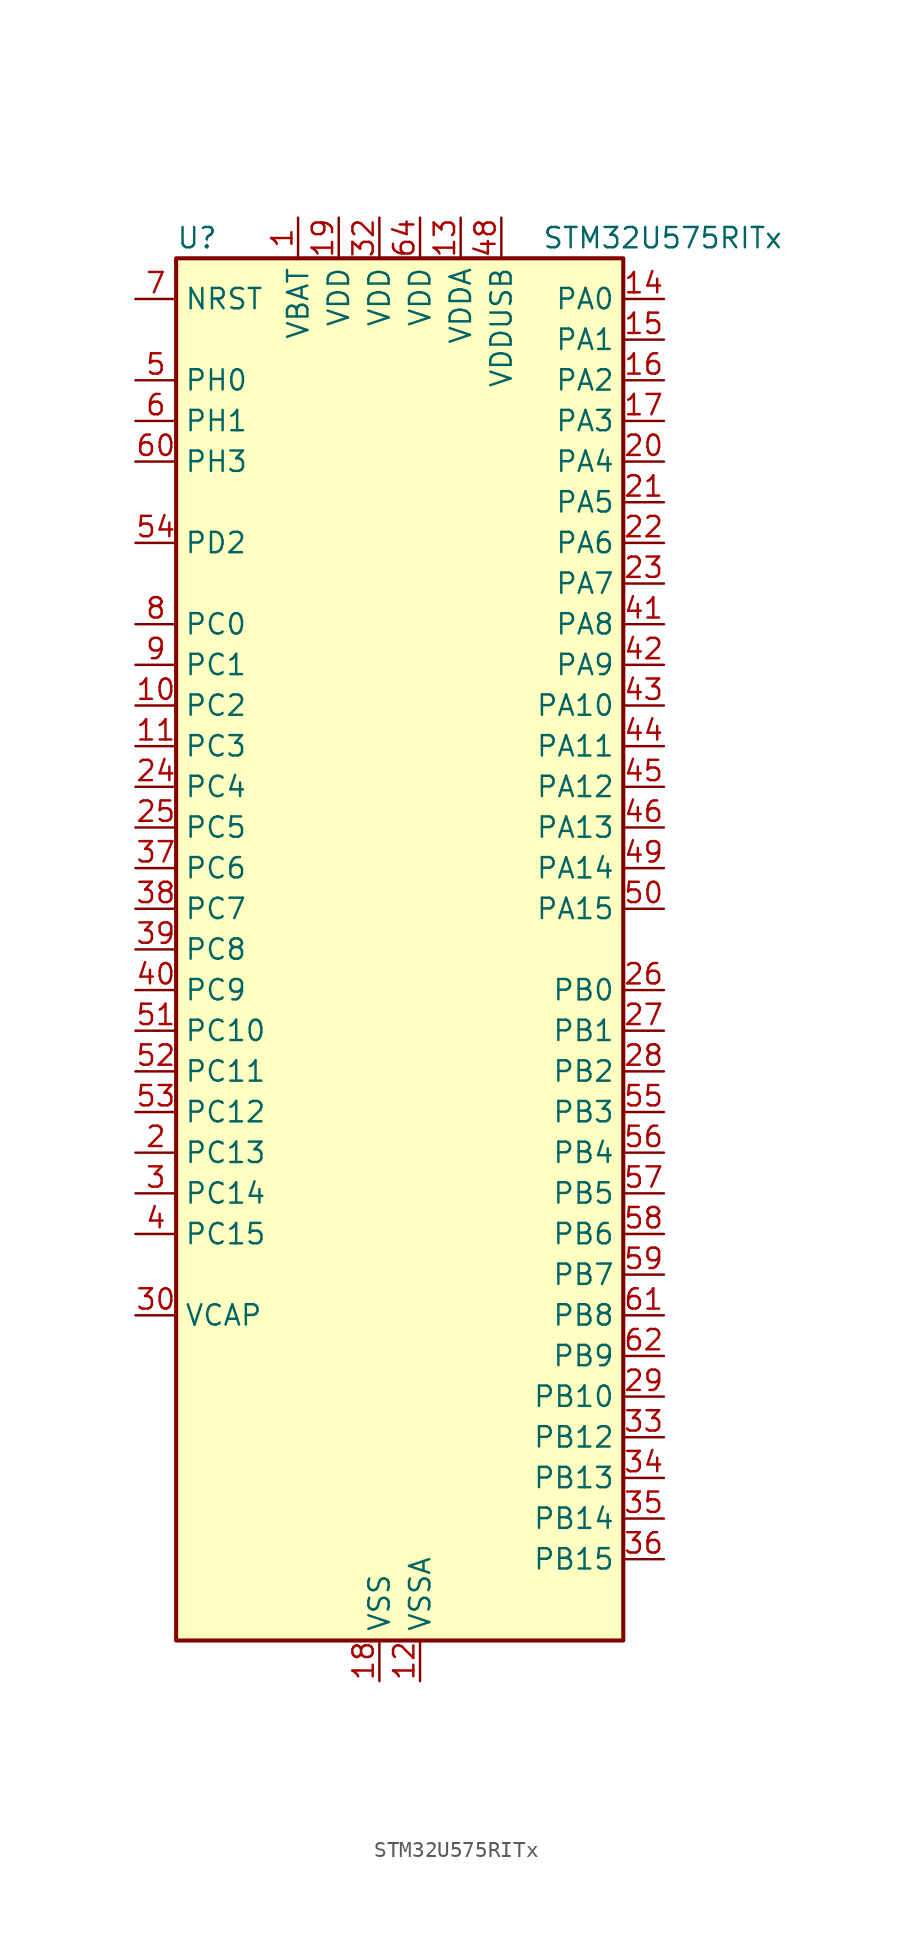
<source format=kicad_sym>
(kicad_symbol_lib
  (version 20211014)
  (generator kicad-library-utils)
  (symbol "STM32U575RITx"
    (property "Reference" "U"
      (at -12.7 44.45 0)
      (effects (font (size 1.27 1.27)) (justify left)))
    (property "Value" "STM32U575RITx"
      (at 10.16 44.45 0)
      (effects (font (size 1.27 1.27)) (justify left)))
    (property "ki_fp_filters" "LQFP*10x10mm*P0.5mm*"
      (at 0.0 0.0 0.0)
      (effects (font (size 1.27 1.27))))
    (symbol "STM32U575RITx_0_1"
      (rectangle (start -12.7 -43.18) (end 15.24 43.18) (stroke (width 0.254)) (fill (type background))))
    (symbol "STM32U575RITx_1_1"
      (pin input line (at -15.24 40.64 0) (length 2.54) (name "NRST" (effects (font (size 1.27 1.27)))) (number "7" (effects (font (size 1.27 1.27)))))
      (pin bidirectional line (at -15.24 35.56 0) (length 2.54) (name "PH0" (effects (font (size 1.27 1.27)))) (number "5" (effects (font (size 1.27 1.27)))) (alternate "RCC_OSC_IN" bidirectional line))
      (pin bidirectional line (at -15.24 33.02 0) (length 2.54) (name "PH1" (effects (font (size 1.27 1.27)))) (number "6" (effects (font (size 1.27 1.27)))) (alternate "RCC_OSC_OUT" bidirectional line))
      (pin bidirectional line (at -15.24 30.48 0) (length 2.54) (name "PH3" (effects (font (size 1.27 1.27)))) (number "60" (effects (font (size 1.27 1.27)))))
      (pin bidirectional line (at -15.24 25.4 0) (length 2.54) (name "PD2" (effects (font (size 1.27 1.27)))) (number "54" (effects (font (size 1.27 1.27)))) (alternate "DCMI_D11" bidirectional line) (alternate "DEBUG_TRACED2" bidirectional line) (alternate "LPTIM4_ETR" bidirectional line) (alternate "PSSI_D11" bidirectional line) (alternate "SDMMC1_CMD" bidirectional line) (alternate "TIM3_ETR" bidirectional line) (alternate "TSC_SYNC" bidirectional line) (alternate "UART5_RX" bidirectional line) (alternate "USART3_DE" bidirectional line) (alternate "USART3_RTS" bidirectional line))
      (pin bidirectional line (at -15.24 20.32 0) (length 2.54) (name "PC0" (effects (font (size 1.27 1.27)))) (number "8" (effects (font (size 1.27 1.27)))) (alternate "ADC1_IN1" bidirectional line) (alternate "ADC4_IN1" bidirectional line) (alternate "I2C3_SCL" bidirectional line) (alternate "LPTIM1_IN1" bidirectional line) (alternate "LPTIM2_IN1" bidirectional line) (alternate "LPUART1_RX" bidirectional line) (alternate "MDF1_SDI4" bidirectional line) (alternate "OCTOSPIM_P1_IO7" bidirectional line) (alternate "SDMMC1_D5" bidirectional line) (alternate "SPI2_RDY" bidirectional line))
      (pin bidirectional line (at -15.24 17.78 0) (length 2.54) (name "PC1" (effects (font (size 1.27 1.27)))) (number "9" (effects (font (size 1.27 1.27)))) (alternate "ADC1_IN2" bidirectional line) (alternate "ADC4_IN2" bidirectional line) (alternate "DEBUG_TRACED0" bidirectional line) (alternate "I2C3_SDA" bidirectional line) (alternate "LPTIM1_CH1" bidirectional line) (alternate "LPUART1_TX" bidirectional line) (alternate "MDF1_CKI4" bidirectional line) (alternate "OCTOSPIM_P1_IO4" bidirectional line) (alternate "SAI1_SD_A" bidirectional line) (alternate "SDMMC2_CK" bidirectional line) (alternate "SPI2_MOSI" bidirectional line))
      (pin bidirectional line (at -15.24 15.24 0) (length 2.54) (name "PC2" (effects (font (size 1.27 1.27)))) (number "10" (effects (font (size 1.27 1.27)))) (alternate "ADC1_IN3" bidirectional line) (alternate "ADC4_IN3" bidirectional line) (alternate "LPTIM1_IN2" bidirectional line) (alternate "MDF1_CCK1" bidirectional line) (alternate "OCTOSPIM_P1_IO5" bidirectional line) (alternate "SPI2_MISO" bidirectional line))
      (pin bidirectional line (at -15.24 12.7 0) (length 2.54) (name "PC3" (effects (font (size 1.27 1.27)))) (number "11" (effects (font (size 1.27 1.27)))) (alternate "ADC1_IN4" bidirectional line) (alternate "ADC4_IN4" bidirectional line) (alternate "LPTIM1_ETR" bidirectional line) (alternate "LPTIM2_ETR" bidirectional line) (alternate "LPTIM3_CH1" bidirectional line) (alternate "OCTOSPIM_P1_IO6" bidirectional line) (alternate "SAI1_D1" bidirectional line) (alternate "SAI1_SD_A" bidirectional line) (alternate "SPI2_MOSI" bidirectional line))
      (pin bidirectional line (at -15.24 10.16 0) (length 2.54) (name "PC4" (effects (font (size 1.27 1.27)))) (number "24" (effects (font (size 1.27 1.27)))) (alternate "ADC1_IN13" bidirectional line) (alternate "ADC4_IN22" bidirectional line) (alternate "COMP1_INM" bidirectional line) (alternate "OCTOSPIM_P1_IO7" bidirectional line) (alternate "USART3_TX" bidirectional line))
      (pin bidirectional line (at -15.24 7.62 0) (length 2.54) (name "PC5" (effects (font (size 1.27 1.27)))) (number "25" (effects (font (size 1.27 1.27)))) (alternate "ADC1_IN14" bidirectional line) (alternate "ADC4_IN23" bidirectional line) (alternate "COMP1_INP" bidirectional line) (alternate "PSSI_D15" bidirectional line) (alternate "PWR_WKUP5" bidirectional line) (alternate "SAI1_D3" bidirectional line) (alternate "TAMP_IN4" bidirectional line) (alternate "TAMP_OUT5" bidirectional line) (alternate "TIM1_CH4N" bidirectional line) (alternate "USART3_RX" bidirectional line))
      (pin bidirectional line (at -15.24 5.08 0) (length 2.54) (name "PC6" (effects (font (size 1.27 1.27)))) (number "37" (effects (font (size 1.27 1.27)))) (alternate "DCMI_D0" bidirectional line) (alternate "MDF1_CKI3" bidirectional line) (alternate "PSSI_D0" bidirectional line) (alternate "PWR_CSLEEP" bidirectional line) (alternate "SDMMC1_D0DIR" bidirectional line) (alternate "SDMMC1_D6" bidirectional line) (alternate "SDMMC2_D6" bidirectional line) (alternate "TIM3_CH1" bidirectional line) (alternate "TIM8_CH1" bidirectional line) (alternate "TSC_G4_IO1" bidirectional line))
      (pin bidirectional line (at -15.24 2.54 0) (length 2.54) (name "PC7" (effects (font (size 1.27 1.27)))) (number "38" (effects (font (size 1.27 1.27)))) (alternate "DCMI_D1" bidirectional line) (alternate "LPTIM2_CH2" bidirectional line) (alternate "MDF1_SDI3" bidirectional line) (alternate "PSSI_D1" bidirectional line) (alternate "PWR_CDSTOP" bidirectional line) (alternate "SDMMC1_D123DIR" bidirectional line) (alternate "SDMMC1_D7" bidirectional line) (alternate "SDMMC2_D7" bidirectional line) (alternate "TIM3_CH2" bidirectional line) (alternate "TIM8_CH2" bidirectional line) (alternate "TSC_G4_IO2" bidirectional line))
      (pin bidirectional line (at -15.24 0.0 0) (length 2.54) (name "PC8" (effects (font (size 1.27 1.27)))) (number "39" (effects (font (size 1.27 1.27)))) (alternate "DCMI_D2" bidirectional line) (alternate "LPTIM3_CH1" bidirectional line) (alternate "PSSI_D2" bidirectional line) (alternate "PWR_SRDSTOP" bidirectional line) (alternate "SDMMC1_D0" bidirectional line) (alternate "TIM3_CH3" bidirectional line) (alternate "TIM8_CH3" bidirectional line) (alternate "TSC_G4_IO3" bidirectional line))
      (pin bidirectional line (at -15.24 -2.54 0) (length 2.54) (name "PC9" (effects (font (size 1.27 1.27)))) (number "40" (effects (font (size 1.27 1.27)))) (alternate "DAC1_EXTI9" bidirectional line) (alternate "DCMI_D3" bidirectional line) (alternate "DEBUG_TRACED0" bidirectional line) (alternate "LPTIM3_CH2" bidirectional line) (alternate "PSSI_D3" bidirectional line) (alternate "SDMMC1_D1" bidirectional line) (alternate "TIM3_CH4" bidirectional line) (alternate "TIM8_BKIN2" bidirectional line) (alternate "TIM8_CH4" bidirectional line) (alternate "TSC_G4_IO4" bidirectional line) (alternate "USB_OTG_FS_NOE" bidirectional line))
      (pin bidirectional line (at -15.24 -5.08 0) (length 2.54) (name "PC10" (effects (font (size 1.27 1.27)))) (number "51" (effects (font (size 1.27 1.27)))) (alternate "ADF1_CCK1" bidirectional line) (alternate "DCMI_D8" bidirectional line) (alternate "DEBUG_TRACED1" bidirectional line) (alternate "LPTIM3_ETR" bidirectional line) (alternate "PSSI_D8" bidirectional line) (alternate "SDMMC1_D2" bidirectional line) (alternate "SPI3_SCK" bidirectional line) (alternate "TSC_G3_IO2" bidirectional line) (alternate "UART4_TX" bidirectional line) (alternate "USART3_TX" bidirectional line))
      (pin bidirectional line (at -15.24 -7.62 0) (length 2.54) (name "PC11" (effects (font (size 1.27 1.27)))) (number "52" (effects (font (size 1.27 1.27)))) (alternate "ADC1_EXTI11" bidirectional line) (alternate "ADF1_SDI0" bidirectional line) (alternate "DCMI_D2" bidirectional line) (alternate "DCMI_D4" bidirectional line) (alternate "LPTIM3_IN1" bidirectional line) (alternate "OCTOSPIM_P1_NCS" bidirectional line) (alternate "PSSI_D2" bidirectional line) (alternate "PSSI_D4" bidirectional line) (alternate "SDMMC1_D3" bidirectional line) (alternate "SPI3_MISO" bidirectional line) (alternate "TSC_G3_IO3" bidirectional line) (alternate "UART4_RX" bidirectional line) (alternate "UCPD1_FRSTX2" bidirectional line) (alternate "USART3_RX" bidirectional line))
      (pin bidirectional line (at -15.24 -10.16 0) (length 2.54) (name "PC12" (effects (font (size 1.27 1.27)))) (number "53" (effects (font (size 1.27 1.27)))) (alternate "DCMI_D9" bidirectional line) (alternate "DEBUG_TRACED3" bidirectional line) (alternate "PSSI_D9" bidirectional line) (alternate "SDMMC1_CK" bidirectional line) (alternate "SPI3_MOSI" bidirectional line) (alternate "TSC_G3_IO4" bidirectional line) (alternate "UART5_TX" bidirectional line) (alternate "USART3_CK" bidirectional line))
      (pin bidirectional line (at -15.24 -12.7 0) (length 2.54) (name "PC13" (effects (font (size 1.27 1.27)))) (number "2" (effects (font (size 1.27 1.27)))) (alternate "PWR_WKUP2" bidirectional line) (alternate "RTC_OUT1" bidirectional line) (alternate "RTC_TS" bidirectional line) (alternate "TAMP_IN1" bidirectional line) (alternate "TAMP_OUT2" bidirectional line))
      (pin bidirectional line (at -15.24 -15.24 0) (length 2.54) (name "PC14" (effects (font (size 1.27 1.27)))) (number "3" (effects (font (size 1.27 1.27)))) (alternate "RCC_OSC32_IN" bidirectional line))
      (pin bidirectional line (at -15.24 -17.78 0) (length 2.54) (name "PC15" (effects (font (size 1.27 1.27)))) (number "4" (effects (font (size 1.27 1.27)))) (alternate "ADC1_EXTI15" bidirectional line) (alternate "ADC4_EXTI15" bidirectional line) (alternate "RCC_OSC32_OUT" bidirectional line))
      (pin power_out line (at -15.24 -22.86 0) (length 2.54) (name "VCAP" (effects (font (size 1.27 1.27)))) (number "30" (effects (font (size 1.27 1.27)))))
      (pin bidirectional line (at 17.78 40.64 180) (length 2.54) (name "PA0" (effects (font (size 1.27 1.27)))) (number "14" (effects (font (size 1.27 1.27)))) (alternate "ADC1_IN5" bidirectional line) (alternate "AUDIOCLK" bidirectional line) (alternate "OCTOSPIM_P2_NCS" bidirectional line) (alternate "OPAMP1_VINP" bidirectional line) (alternate "PWR_WKUP1" bidirectional line) (alternate "SDMMC2_CMD" bidirectional line) (alternate "SPI3_RDY" bidirectional line) (alternate "TAMP_IN2" bidirectional line) (alternate "TAMP_OUT1" bidirectional line) (alternate "TIM2_CH1" bidirectional line) (alternate "TIM2_ETR" bidirectional line) (alternate "TIM5_CH1" bidirectional line) (alternate "TIM8_ETR" bidirectional line) (alternate "UART4_TX" bidirectional line) (alternate "USART2_CTS" bidirectional line))
      (pin bidirectional line (at 17.78 38.1 180) (length 2.54) (name "PA1" (effects (font (size 1.27 1.27)))) (number "15" (effects (font (size 1.27 1.27)))) (alternate "ADC1_IN6" bidirectional line) (alternate "I2C1_SMBA" bidirectional line) (alternate "LPTIM1_CH2" bidirectional line) (alternate "OCTOSPIM_P1_DQS" bidirectional line) (alternate "OPAMP1_VINM" bidirectional line) (alternate "PWR_WKUP3" bidirectional line) (alternate "SPI1_SCK" bidirectional line) (alternate "TAMP_IN5" bidirectional line) (alternate "TAMP_OUT4" bidirectional line) (alternate "TIM15_CH1N" bidirectional line) (alternate "TIM2_CH2" bidirectional line) (alternate "TIM5_CH2" bidirectional line) (alternate "UART4_RX" bidirectional line) (alternate "USART2_DE" bidirectional line) (alternate "USART2_RTS" bidirectional line))
      (pin bidirectional line (at 17.78 35.56 180) (length 2.54) (name "PA2" (effects (font (size 1.27 1.27)))) (number "16" (effects (font (size 1.27 1.27)))) (alternate "ADC1_IN7" bidirectional line) (alternate "COMP1_INP" bidirectional line) (alternate "LPUART1_TX" bidirectional line) (alternate "OCTOSPIM_P1_NCS" bidirectional line) (alternate "PWR_WKUP4" bidirectional line) (alternate "RCC_LSCO" bidirectional line) (alternate "SPI1_RDY" bidirectional line) (alternate "TIM15_CH1" bidirectional line) (alternate "TIM2_CH3" bidirectional line) (alternate "TIM5_CH3" bidirectional line) (alternate "UCPD1_FRSTX1" bidirectional line) (alternate "USART2_TX" bidirectional line))
      (pin bidirectional line (at 17.78 33.02 180) (length 2.54) (name "PA3" (effects (font (size 1.27 1.27)))) (number "17" (effects (font (size 1.27 1.27)))) (alternate "ADC1_IN8" bidirectional line) (alternate "LPUART1_RX" bidirectional line) (alternate "OCTOSPIM_P1_CLK" bidirectional line) (alternate "OPAMP1_VOUT" bidirectional line) (alternate "PWR_WKUP5" bidirectional line) (alternate "SAI1_CK1" bidirectional line) (alternate "SAI1_MCLK_A" bidirectional line) (alternate "TIM15_CH2" bidirectional line) (alternate "TIM2_CH4" bidirectional line) (alternate "TIM5_CH4" bidirectional line) (alternate "USART2_RX" bidirectional line))
      (pin bidirectional line (at 17.78 30.48 180) (length 2.54) (name "PA4" (effects (font (size 1.27 1.27)))) (number "20" (effects (font (size 1.27 1.27)))) (alternate "ADC1_IN9" bidirectional line) (alternate "ADC4_IN9" bidirectional line) (alternate "DAC1_OUT1" bidirectional line) (alternate "DCMI_HSYNC" bidirectional line) (alternate "LPTIM2_CH1" bidirectional line) (alternate "OCTOSPIM_P1_NCS" bidirectional line) (alternate "PSSI_DE" bidirectional line) (alternate "PWR_WKUP2" bidirectional line) (alternate "SAI1_FS_B" bidirectional line) (alternate "SPI1_NSS" bidirectional line) (alternate "SPI3_NSS" bidirectional line) (alternate "USART2_CK" bidirectional line))
      (pin bidirectional line (at 17.78 27.94 180) (length 2.54) (name "PA5" (effects (font (size 1.27 1.27)))) (number "21" (effects (font (size 1.27 1.27)))) (alternate "ADC1_IN10" bidirectional line) (alternate "ADC4_IN10" bidirectional line) (alternate "DAC1_OUT2" bidirectional line) (alternate "LPTIM2_ETR" bidirectional line) (alternate "PSSI_D14" bidirectional line) (alternate "PWR_CSLEEP" bidirectional line) (alternate "PWR_WKUP6" bidirectional line) (alternate "SPI1_SCK" bidirectional line) (alternate "TIM2_CH1" bidirectional line) (alternate "TIM2_ETR" bidirectional line) (alternate "TIM8_CH1N" bidirectional line) (alternate "USART3_RX" bidirectional line))
      (pin bidirectional line (at 17.78 25.4 180) (length 2.54) (name "PA6" (effects (font (size 1.27 1.27)))) (number "22" (effects (font (size 1.27 1.27)))) (alternate "ADC1_IN11" bidirectional line) (alternate "ADC4_IN11" bidirectional line) (alternate "DCMI_PIXCLK" bidirectional line) (alternate "LPUART1_CTS" bidirectional line) (alternate "OCTOSPIM_P1_IO3" bidirectional line) (alternate "OPAMP2_VINP" bidirectional line) (alternate "PSSI_PDCK" bidirectional line) (alternate "PWR_CDSTOP" bidirectional line) (alternate "PWR_WKUP7" bidirectional line) (alternate "SPI1_MISO" bidirectional line) (alternate "TIM16_CH1" bidirectional line) (alternate "TIM1_BKIN" bidirectional line) (alternate "TIM3_CH1" bidirectional line) (alternate "TIM8_BKIN" bidirectional line) (alternate "USART3_CTS" bidirectional line))
      (pin bidirectional line (at 17.78 22.86 180) (length 2.54) (name "PA7" (effects (font (size 1.27 1.27)))) (number "23" (effects (font (size 1.27 1.27)))) (alternate "ADC1_IN12" bidirectional line) (alternate "ADC4_IN20" bidirectional line) (alternate "I2C3_SCL" bidirectional line) (alternate "LPTIM2_CH2" bidirectional line) (alternate "OCTOSPIM_P1_IO2" bidirectional line) (alternate "OPAMP2_VINM" bidirectional line) (alternate "PWR_SRDSTOP" bidirectional line) (alternate "PWR_WKUP8" bidirectional line) (alternate "SPI1_MOSI" bidirectional line) (alternate "TIM17_CH1" bidirectional line) (alternate "TIM1_CH1N" bidirectional line) (alternate "TIM3_CH2" bidirectional line) (alternate "TIM8_CH1N" bidirectional line) (alternate "USART3_TX" bidirectional line))
      (pin bidirectional line (at 17.78 20.32 180) (length 2.54) (name "PA8" (effects (font (size 1.27 1.27)))) (number "41" (effects (font (size 1.27 1.27)))) (alternate "DEBUG_TRACECLK" bidirectional line) (alternate "LPTIM2_CH1" bidirectional line) (alternate "RCC_MCO" bidirectional line) (alternate "SAI1_CK2" bidirectional line) (alternate "SAI1_SCK_A" bidirectional line) (alternate "SPI1_RDY" bidirectional line) (alternate "TIM1_CH1" bidirectional line) (alternate "USART1_CK" bidirectional line) (alternate "USB_OTG_FS_SOF" bidirectional line))
      (pin bidirectional line (at 17.78 17.78 180) (length 2.54) (name "PA9" (effects (font (size 1.27 1.27)))) (number "42" (effects (font (size 1.27 1.27)))) (alternate "DAC1_EXTI9" bidirectional line) (alternate "DCMI_D0" bidirectional line) (alternate "PSSI_D0" bidirectional line) (alternate "SAI1_FS_A" bidirectional line) (alternate "SPI2_SCK" bidirectional line) (alternate "TIM15_BKIN" bidirectional line) (alternate "TIM1_CH2" bidirectional line) (alternate "USART1_TX" bidirectional line) (alternate "USB_OTG_FS_VBUS" bidirectional line))
      (pin bidirectional line (at 17.78 15.24 180) (length 2.54) (name "PA10" (effects (font (size 1.27 1.27)))) (number "43" (effects (font (size 1.27 1.27)))) (alternate "CRS_SYNC" bidirectional line) (alternate "DCMI_D1" bidirectional line) (alternate "LPTIM2_IN2" bidirectional line) (alternate "PSSI_D1" bidirectional line) (alternate "SAI1_D1" bidirectional line) (alternate "SAI1_SD_A" bidirectional line) (alternate "TIM17_BKIN" bidirectional line) (alternate "TIM1_CH3" bidirectional line) (alternate "USART1_RX" bidirectional line) (alternate "USB_OTG_FS_ID" bidirectional line))
      (pin bidirectional line (at 17.78 12.7 180) (length 2.54) (name "PA11" (effects (font (size 1.27 1.27)))) (number "44" (effects (font (size 1.27 1.27)))) (alternate "ADC1_EXTI11" bidirectional line) (alternate "FDCAN1_RX" bidirectional line) (alternate "SPI1_MISO" bidirectional line) (alternate "TIM1_BKIN2" bidirectional line) (alternate "TIM1_CH4" bidirectional line) (alternate "USART1_CTS" bidirectional line) (alternate "USB_OTG_FS_DM" bidirectional line))
      (pin bidirectional line (at 17.78 10.16 180) (length 2.54) (name "PA12" (effects (font (size 1.27 1.27)))) (number "45" (effects (font (size 1.27 1.27)))) (alternate "FDCAN1_TX" bidirectional line) (alternate "OCTOSPIM_P2_NCS" bidirectional line) (alternate "SPI1_MOSI" bidirectional line) (alternate "TIM1_ETR" bidirectional line) (alternate "USART1_DE" bidirectional line) (alternate "USART1_RTS" bidirectional line) (alternate "USB_OTG_FS_DP" bidirectional line))
      (pin bidirectional line (at 17.78 7.62 180) (length 2.54) (name "PA13" (effects (font (size 1.27 1.27)))) (number "46" (effects (font (size 1.27 1.27)))) (alternate "DEBUG_JTMS-SWDIO" bidirectional line) (alternate "IR_OUT" bidirectional line) (alternate "SAI1_SD_B" bidirectional line) (alternate "USB_OTG_FS_NOE" bidirectional line))
      (pin bidirectional line (at 17.78 5.08 180) (length 2.54) (name "PA14" (effects (font (size 1.27 1.27)))) (number "49" (effects (font (size 1.27 1.27)))) (alternate "DEBUG_JTCK-SWCLK" bidirectional line) (alternate "I2C1_SMBA" bidirectional line) (alternate "I2C4_SMBA" bidirectional line) (alternate "LPTIM1_CH1" bidirectional line) (alternate "SAI1_FS_B" bidirectional line) (alternate "USB_OTG_FS_SOF" bidirectional line))
      (pin bidirectional line (at 17.78 2.54 180) (length 2.54) (name "PA15" (effects (font (size 1.27 1.27)))) (number "50" (effects (font (size 1.27 1.27)))) (alternate "ADC1_EXTI15" bidirectional line) (alternate "ADC4_EXTI15" bidirectional line) (alternate "DEBUG_JTDI" bidirectional line) (alternate "SPI1_NSS" bidirectional line) (alternate "SPI3_NSS" bidirectional line) (alternate "TIM2_CH1" bidirectional line) (alternate "TIM2_ETR" bidirectional line) (alternate "UART4_DE" bidirectional line) (alternate "UART4_RTS" bidirectional line) (alternate "UCPD1_CC1" bidirectional line) (alternate "USART2_RX" bidirectional line) (alternate "USART3_DE" bidirectional line) (alternate "USART3_RTS" bidirectional line))
      (pin bidirectional line (at 17.78 -2.54 180) (length 2.54) (name "PB0" (effects (font (size 1.27 1.27)))) (number "26" (effects (font (size 1.27 1.27)))) (alternate "ADC1_IN15" bidirectional line) (alternate "ADC4_IN18" bidirectional line) (alternate "AUDIOCLK" bidirectional line) (alternate "COMP1_OUT" bidirectional line) (alternate "LPTIM3_CH1" bidirectional line) (alternate "OCTOSPIM_P1_IO1" bidirectional line) (alternate "OPAMP2_VOUT" bidirectional line) (alternate "SPI1_NSS" bidirectional line) (alternate "TIM1_CH2N" bidirectional line) (alternate "TIM3_CH3" bidirectional line) (alternate "TIM8_CH2N" bidirectional line) (alternate "USART3_CK" bidirectional line))
      (pin bidirectional line (at 17.78 -5.08 180) (length 2.54) (name "PB1" (effects (font (size 1.27 1.27)))) (number "27" (effects (font (size 1.27 1.27)))) (alternate "ADC1_IN16" bidirectional line) (alternate "ADC4_IN19" bidirectional line) (alternate "COMP1_INM" bidirectional line) (alternate "LPTIM2_IN1" bidirectional line) (alternate "LPTIM3_CH2" bidirectional line) (alternate "LPUART1_DE" bidirectional line) (alternate "LPUART1_RTS" bidirectional line) (alternate "MDF1_SDI0" bidirectional line) (alternate "OCTOSPIM_P1_IO0" bidirectional line) (alternate "PWR_WKUP4" bidirectional line) (alternate "TIM1_CH3N" bidirectional line) (alternate "TIM3_CH4" bidirectional line) (alternate "TIM8_CH3N" bidirectional line) (alternate "USART3_DE" bidirectional line) (alternate "USART3_RTS" bidirectional line))
      (pin bidirectional line (at 17.78 -7.62 180) (length 2.54) (name "PB2" (effects (font (size 1.27 1.27)))) (number "28" (effects (font (size 1.27 1.27)))) (alternate "ADC1_IN17" bidirectional line) (alternate "COMP1_INP" bidirectional line) (alternate "I2C3_SMBA" bidirectional line) (alternate "LPTIM1_CH1" bidirectional line) (alternate "MDF1_CKI0" bidirectional line) (alternate "OCTOSPIM_P1_DQS" bidirectional line) (alternate "PWR_WKUP1" bidirectional line) (alternate "RTC_OUT2" bidirectional line) (alternate "SPI1_RDY" bidirectional line) (alternate "TIM8_CH4N" bidirectional line) (alternate "UCPD1_FRSTX1" bidirectional line))
      (pin bidirectional line (at 17.78 -10.16 180) (length 2.54) (name "PB3" (effects (font (size 1.27 1.27)))) (number "55" (effects (font (size 1.27 1.27)))) (alternate "ADF1_CCK0" bidirectional line) (alternate "COMP2_INM" bidirectional line) (alternate "CRS_SYNC" bidirectional line) (alternate "DEBUG_JTDO-SWO" bidirectional line) (alternate "I2C1_SDA" bidirectional line) (alternate "LPTIM1_CH1" bidirectional line) (alternate "SAI1_SCK_B" bidirectional line) (alternate "SDMMC2_D2" bidirectional line) (alternate "SPI1_SCK" bidirectional line) (alternate "SPI3_SCK" bidirectional line) (alternate "TIM2_CH2" bidirectional line) (alternate "USART1_DE" bidirectional line) (alternate "USART1_RTS" bidirectional line))
      (pin bidirectional line (at 17.78 -12.7 180) (length 2.54) (name "PB4" (effects (font (size 1.27 1.27)))) (number "56" (effects (font (size 1.27 1.27)))) (alternate "ADF1_SDI0" bidirectional line) (alternate "COMP2_INP" bidirectional line) (alternate "DCMI_D12" bidirectional line) (alternate "DEBUG_JTRST" bidirectional line) (alternate "I2C3_SDA" bidirectional line) (alternate "LPTIM1_CH2" bidirectional line) (alternate "PSSI_D12" bidirectional line) (alternate "SAI1_MCLK_B" bidirectional line) (alternate "SDMMC2_D3" bidirectional line) (alternate "SPI1_MISO" bidirectional line) (alternate "SPI3_MISO" bidirectional line) (alternate "TIM17_BKIN" bidirectional line) (alternate "TIM3_CH1" bidirectional line) (alternate "TSC_G2_IO1" bidirectional line) (alternate "UART5_DE" bidirectional line) (alternate "UART5_RTS" bidirectional line) (alternate "USART1_CTS" bidirectional line))
      (pin bidirectional line (at 17.78 -15.24 180) (length 2.54) (name "PB5" (effects (font (size 1.27 1.27)))) (number "57" (effects (font (size 1.27 1.27)))) (alternate "COMP2_OUT" bidirectional line) (alternate "DCMI_D10" bidirectional line) (alternate "I2C1_SMBA" bidirectional line) (alternate "LPTIM1_IN1" bidirectional line) (alternate "OCTOSPIM_P1_NCLK" bidirectional line) (alternate "PSSI_D10" bidirectional line) (alternate "PWR_WKUP6" bidirectional line) (alternate "SAI1_SD_B" bidirectional line) (alternate "SPI1_MOSI" bidirectional line) (alternate "SPI3_MOSI" bidirectional line) (alternate "TIM16_BKIN" bidirectional line) (alternate "TIM3_CH2" bidirectional line) (alternate "TSC_G2_IO2" bidirectional line) (alternate "UART5_CTS" bidirectional line) (alternate "UCPD1_DBCC1" bidirectional line) (alternate "USART1_CK" bidirectional line))
      (pin bidirectional line (at 17.78 -17.78 180) (length 2.54) (name "PB6" (effects (font (size 1.27 1.27)))) (number "58" (effects (font (size 1.27 1.27)))) (alternate "COMP2_INP" bidirectional line) (alternate "DCMI_D5" bidirectional line) (alternate "I2C1_SCL" bidirectional line) (alternate "I2C4_SCL" bidirectional line) (alternate "LPTIM1_ETR" bidirectional line) (alternate "MDF1_SDI5" bidirectional line) (alternate "PSSI_D5" bidirectional line) (alternate "PWR_WKUP3" bidirectional line) (alternate "SAI1_FS_B" bidirectional line) (alternate "TIM16_CH1N" bidirectional line) (alternate "TIM4_CH1" bidirectional line) (alternate "TIM8_BKIN2" bidirectional line) (alternate "TSC_G2_IO3" bidirectional line) (alternate "USART1_TX" bidirectional line))
      (pin bidirectional line (at 17.78 -20.32 180) (length 2.54) (name "PB7" (effects (font (size 1.27 1.27)))) (number "59" (effects (font (size 1.27 1.27)))) (alternate "COMP2_INM" bidirectional line) (alternate "DCMI_VSYNC" bidirectional line) (alternate "I2C1_SDA" bidirectional line) (alternate "I2C4_SDA" bidirectional line) (alternate "LPTIM1_IN2" bidirectional line) (alternate "MDF1_CKI5" bidirectional line) (alternate "PSSI_RDY" bidirectional line) (alternate "PWR_PVD_IN" bidirectional line) (alternate "PWR_WKUP4" bidirectional line) (alternate "TIM17_CH1N" bidirectional line) (alternate "TIM4_CH2" bidirectional line) (alternate "TIM8_BKIN" bidirectional line) (alternate "TSC_G2_IO4" bidirectional line) (alternate "UART4_CTS" bidirectional line) (alternate "USART1_RX" bidirectional line))
      (pin bidirectional line (at 17.78 -22.86 180) (length 2.54) (name "PB8" (effects (font (size 1.27 1.27)))) (number "61" (effects (font (size 1.27 1.27)))) (alternate "DCMI_D6" bidirectional line) (alternate "FDCAN1_RX" bidirectional line) (alternate "I2C1_SCL" bidirectional line) (alternate "MDF1_CCK0" bidirectional line) (alternate "PSSI_D6" bidirectional line) (alternate "PWR_WKUP5" bidirectional line) (alternate "SAI1_CK1" bidirectional line) (alternate "SAI1_MCLK_A" bidirectional line) (alternate "SDMMC1_CKIN" bidirectional line) (alternate "SDMMC1_D4" bidirectional line) (alternate "SDMMC2_D4" bidirectional line) (alternate "SPI3_RDY" bidirectional line) (alternate "TIM16_CH1" bidirectional line) (alternate "TIM4_CH3" bidirectional line))
      (pin bidirectional line (at 17.78 -25.4 180) (length 2.54) (name "PB9" (effects (font (size 1.27 1.27)))) (number "62" (effects (font (size 1.27 1.27)))) (alternate "DAC1_EXTI9" bidirectional line) (alternate "DCMI_D7" bidirectional line) (alternate "FDCAN1_TX" bidirectional line) (alternate "I2C1_SDA" bidirectional line) (alternate "IR_OUT" bidirectional line) (alternate "PSSI_D7" bidirectional line) (alternate "SAI1_D2" bidirectional line) (alternate "SAI1_FS_A" bidirectional line) (alternate "SDMMC1_CDIR" bidirectional line) (alternate "SDMMC1_D5" bidirectional line) (alternate "SDMMC2_D5" bidirectional line) (alternate "SPI2_NSS" bidirectional line) (alternate "TIM17_CH1" bidirectional line) (alternate "TIM4_CH4" bidirectional line))
      (pin bidirectional line (at 17.78 -27.94 180) (length 2.54) (name "PB10" (effects (font (size 1.27 1.27)))) (number "29" (effects (font (size 1.27 1.27)))) (alternate "COMP1_OUT" bidirectional line) (alternate "I2C2_SCL" bidirectional line) (alternate "I2C4_SCL" bidirectional line) (alternate "LPTIM3_CH1" bidirectional line) (alternate "LPUART1_RX" bidirectional line) (alternate "OCTOSPIM_P1_CLK" bidirectional line) (alternate "PWR_WKUP8" bidirectional line) (alternate "SAI1_SCK_A" bidirectional line) (alternate "SPI2_SCK" bidirectional line) (alternate "TIM2_CH3" bidirectional line) (alternate "TSC_SYNC" bidirectional line) (alternate "USART3_TX" bidirectional line))
      (pin bidirectional line (at 17.78 -30.48 180) (length 2.54) (name "PB12" (effects (font (size 1.27 1.27)))) (number "33" (effects (font (size 1.27 1.27)))) (alternate "I2C2_SMBA" bidirectional line) (alternate "LPUART1_DE" bidirectional line) (alternate "LPUART1_RTS" bidirectional line) (alternate "MDF1_SDI1" bidirectional line) (alternate "OCTOSPIM_P1_NCLK" bidirectional line) (alternate "SPI2_NSS" bidirectional line) (alternate "TIM15_BKIN" bidirectional line) (alternate "TIM1_BKIN" bidirectional line) (alternate "TSC_G1_IO1" bidirectional line) (alternate "USART3_CK" bidirectional line))
      (pin bidirectional line (at 17.78 -33.02 180) (length 2.54) (name "PB13" (effects (font (size 1.27 1.27)))) (number "34" (effects (font (size 1.27 1.27)))) (alternate "I2C2_SCL" bidirectional line) (alternate "LPTIM3_IN1" bidirectional line) (alternate "LPUART1_CTS" bidirectional line) (alternate "MDF1_CKI1" bidirectional line) (alternate "SPI2_SCK" bidirectional line) (alternate "TIM15_CH1N" bidirectional line) (alternate "TIM1_CH1N" bidirectional line) (alternate "TSC_G1_IO2" bidirectional line) (alternate "USART3_CTS" bidirectional line))
      (pin bidirectional line (at 17.78 -35.56 180) (length 2.54) (name "PB14" (effects (font (size 1.27 1.27)))) (number "35" (effects (font (size 1.27 1.27)))) (alternate "I2C2_SDA" bidirectional line) (alternate "LPTIM3_ETR" bidirectional line) (alternate "MDF1_SDI2" bidirectional line) (alternate "SDMMC2_D0" bidirectional line) (alternate "SPI2_MISO" bidirectional line) (alternate "TIM15_CH1" bidirectional line) (alternate "TIM1_CH2N" bidirectional line) (alternate "TIM8_CH2N" bidirectional line) (alternate "TSC_G1_IO3" bidirectional line) (alternate "UCPD1_DBCC2" bidirectional line) (alternate "USART3_DE" bidirectional line) (alternate "USART3_RTS" bidirectional line))
      (pin bidirectional line (at 17.78 -38.1 180) (length 2.54) (name "PB15" (effects (font (size 1.27 1.27)))) (number "36" (effects (font (size 1.27 1.27)))) (alternate "ADC1_EXTI15" bidirectional line) (alternate "ADC4_EXTI15" bidirectional line) (alternate "LPTIM2_IN2" bidirectional line) (alternate "MDF1_CKI2" bidirectional line) (alternate "PWR_WKUP7" bidirectional line) (alternate "RTC_REFIN" bidirectional line) (alternate "SDMMC2_D1" bidirectional line) (alternate "SPI2_MOSI" bidirectional line) (alternate "TIM15_CH2" bidirectional line) (alternate "TIM1_CH3N" bidirectional line) (alternate "TIM8_CH3N" bidirectional line) (alternate "UCPD1_CC2" bidirectional line))
      (pin power_in line (at -5.08 45.72 270) (length 2.54) (name "VBAT" (effects (font (size 1.27 1.27)))) (number "1" (effects (font (size 1.27 1.27)))))
      (pin power_in line (at -2.54 45.72 270) (length 2.54) (name "VDD" (effects (font (size 1.27 1.27)))) (number "19" (effects (font (size 1.27 1.27)))))
      (pin power_in line (at 0.0 45.72 270) (length 2.54) (name "VDD" (effects (font (size 1.27 1.27)))) (number "32" (effects (font (size 1.27 1.27)))))
      (pin power_in line (at 2.54 45.72 270) (length 2.54) (name "VDD" (effects (font (size 1.27 1.27)))) (number "64" (effects (font (size 1.27 1.27)))))
      (pin power_in line (at 5.08 45.72 270) (length 2.54) (name "VDDA" (effects (font (size 1.27 1.27)))) (number "13" (effects (font (size 1.27 1.27)))))
      (pin power_in line (at 7.62 45.72 270) (length 2.54) (name "VDDUSB" (effects (font (size 1.27 1.27)))) (number "48" (effects (font (size 1.27 1.27)))))
      (pin power_in line (at 0.0 -45.72 90) (length 2.54) (name "VSS" (effects (font (size 1.27 1.27)))) (number "18" (effects (font (size 1.27 1.27)))))
      (pin passive line (at 0.0 -45.72 90) (length 2.54) hide (name "VSS" (effects (font (size 1.27 1.27)))) (number "31" (effects (font (size 1.27 1.27)))))
      (pin passive line (at 0.0 -45.72 90) (length 2.54) hide (name "VSS" (effects (font (size 1.27 1.27)))) (number "47" (effects (font (size 1.27 1.27)))))
      (pin passive line (at 0.0 -45.72 90) (length 2.54) hide (name "VSS" (effects (font (size 1.27 1.27)))) (number "63" (effects (font (size 1.27 1.27)))))
      (pin power_in line (at 2.54 -45.72 90) (length 2.54) (name "VSSA" (effects (font (size 1.27 1.27)))) (number "12" (effects (font (size 1.27 1.27))))))))
</source>
